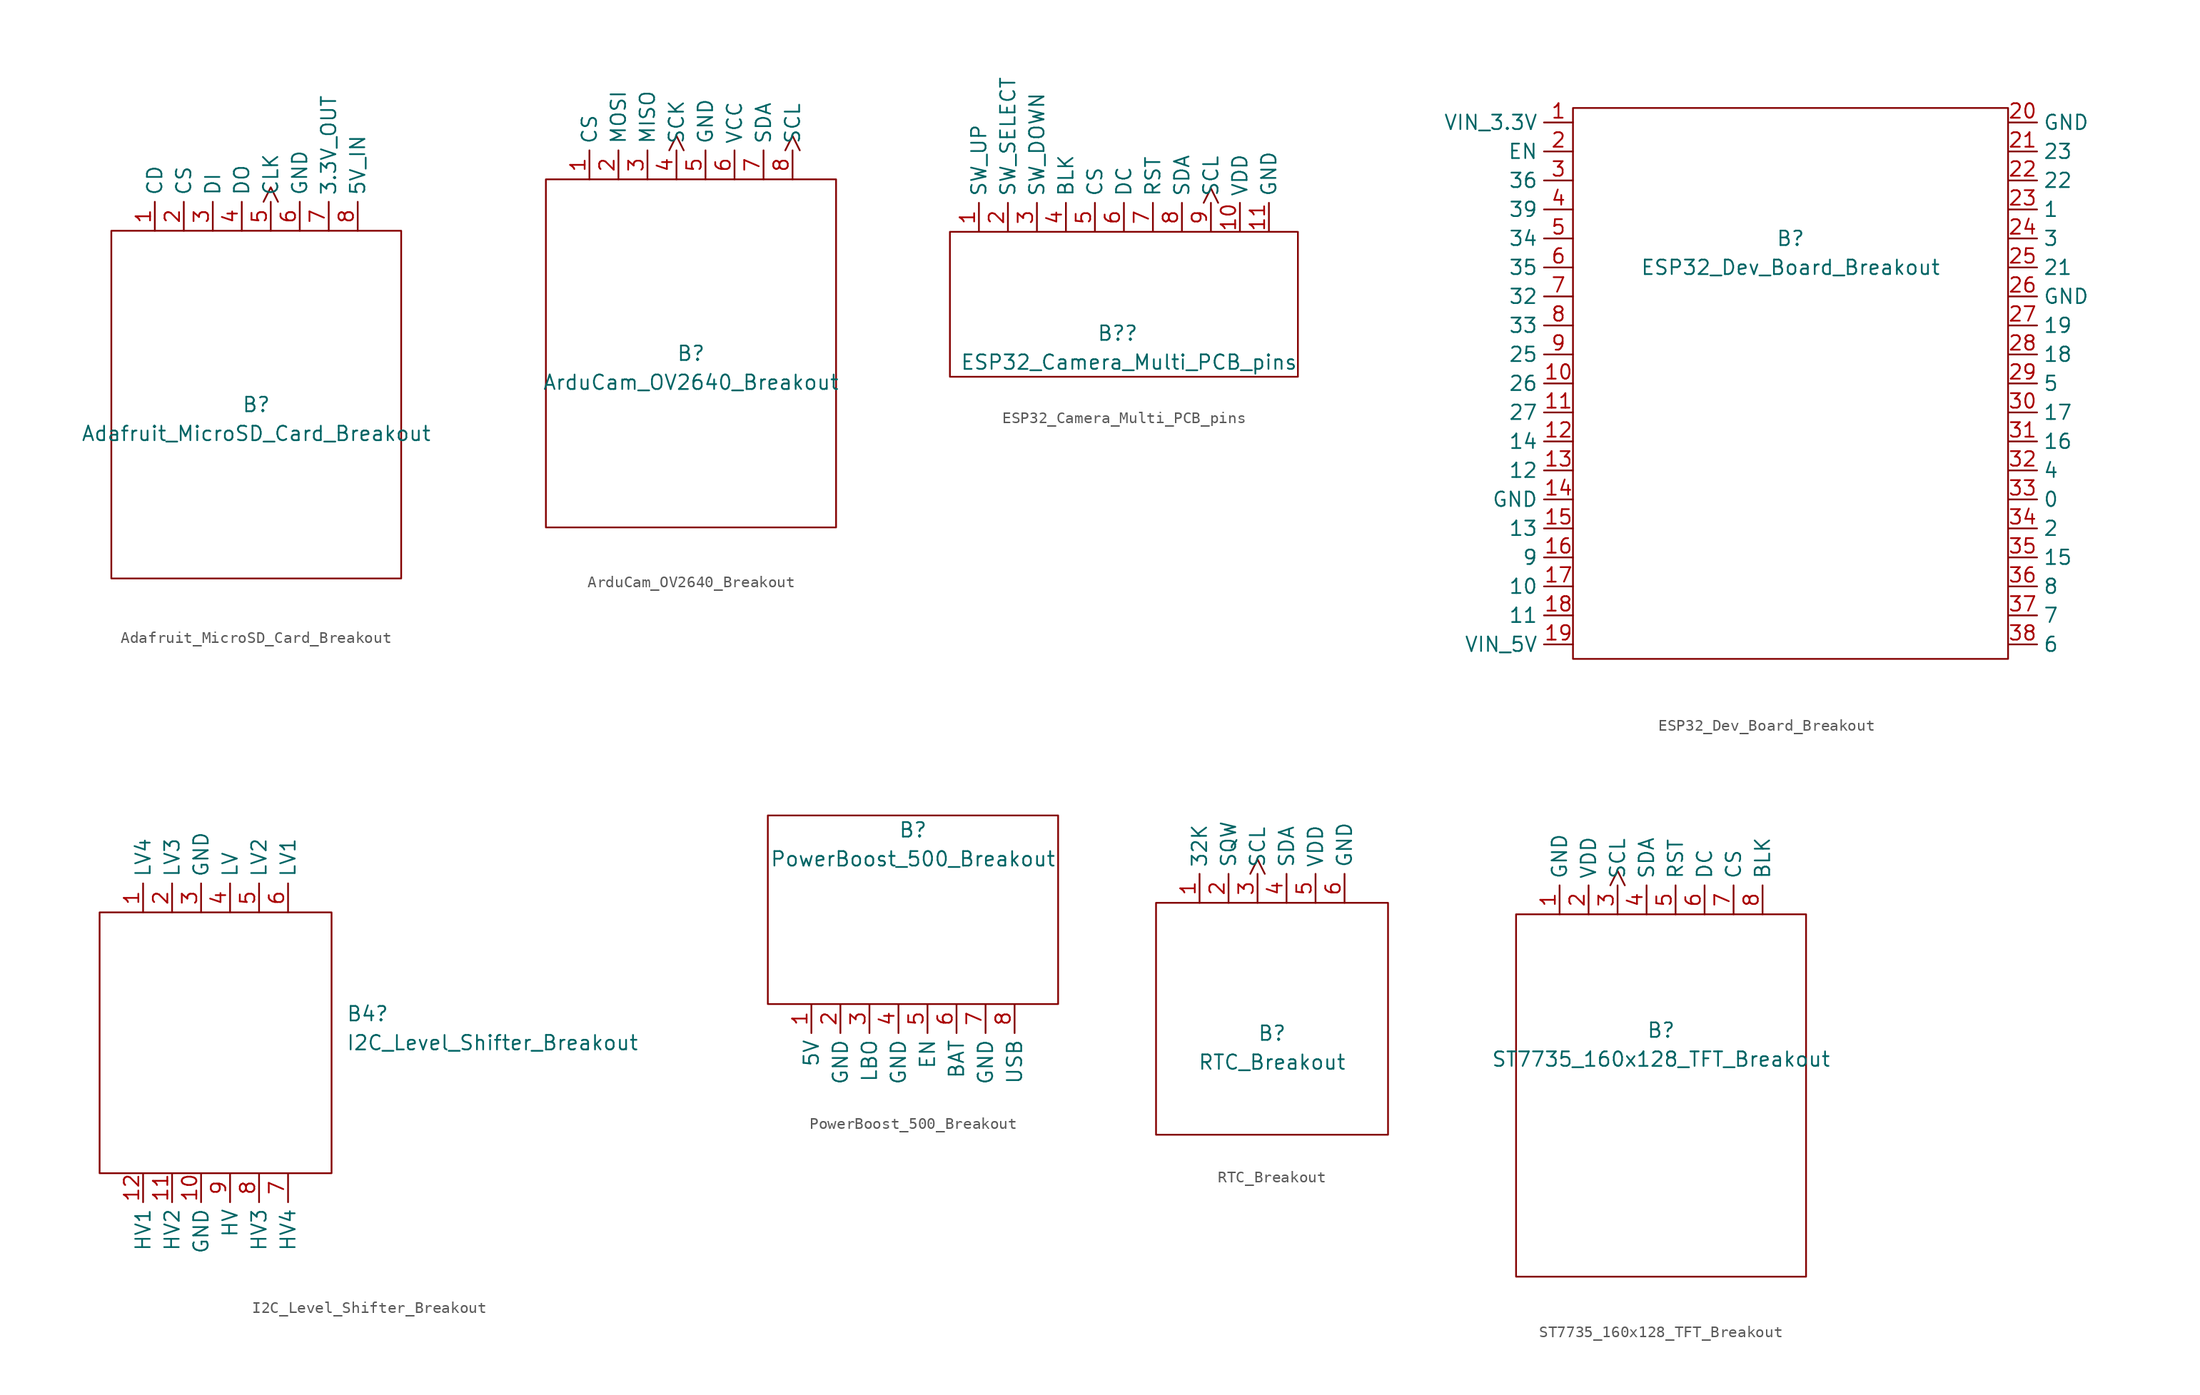
<source format=kicad_sym>
(kicad_symbol_lib
  (version 20211014)
  (generator kicad_symbol_editor)
  (symbol "Adafruit_MicroSD_Card_Breakout"
    (property "Reference" "B"
      (at 0 0 0)
      (effects (font (size 1.27 1.27))))
    (property "Value" "Adafruit_MicroSD_Card_Breakout"
      (at 0 -2.54 0)
      (effects (font (size 1.27 1.27))))
    (symbol "Adafruit_MicroSD_Card_Breakout_0_1"
      (rectangle (start -12.7 15.24) (end 12.7 -15.24) (stroke (width 0) (type default) (color 0 0 0 0)) (fill (type none))))
    (symbol "Adafruit_MicroSD_Card_Breakout_1_1"
      (pin input line (at -8.89 15.24 90) (length 2.54) (name "CD" (effects (font (size 1.27 1.27)))) (number "1" (effects (font (size 1.27 1.27)))))
      (pin input line (at -6.35 15.24 90) (length 2.54) (name "CS" (effects (font (size 1.27 1.27)))) (number "2" (effects (font (size 1.27 1.27)))))
      (pin tri_state line (at -3.81 15.24 90) (length 2.54) (name "DI" (effects (font (size 1.27 1.27)))) (number "3" (effects (font (size 1.27 1.27)))))
      (pin tri_state line (at -1.27 15.24 90) (length 2.54) (name "DO" (effects (font (size 1.27 1.27)))) (number "4" (effects (font (size 1.27 1.27)))))
      (pin input clock (at 1.27 15.24 90) (length 2.54) (name "CLK" (effects (font (size 1.27 1.27)))) (number "5" (effects (font (size 1.27 1.27)))))
      (pin power_in line (at 3.81 15.24 90) (length 2.54) (name "GND" (effects (font (size 1.27 1.27)))) (number "6" (effects (font (size 1.27 1.27)))))
      (pin power_out line (at 6.35 15.24 90) (length 2.54) (name "3.3V_OUT" (effects (font (size 1.27 1.27)))) (number "7" (effects (font (size 1.27 1.27)))))
      (pin power_in line (at 8.89 15.24 90) (length 2.54) (name "5V_IN" (effects (font (size 1.27 1.27)))) (number "8" (effects (font (size 1.27 1.27)))))))
  (symbol "ArduCam_OV2640_Breakout"
    (property "Reference" "B"
      (at 0 0 0)
      (effects (font (size 1.27 1.27))))
    (property "Value" "ArduCam_OV2640_Breakout"
      (at 0 -2.54 0)
      (effects (font (size 1.27 1.27))))
    (symbol "ArduCam_OV2640_Breakout_0_1"
      (rectangle (start -12.7 15.24) (end 12.7 -15.24) (stroke (width 0) (type default) (color 0 0 0 0)) (fill (type none))))
    (symbol "ArduCam_OV2640_Breakout_1_1"
      (pin input line (at -8.89 15.24 90) (length 2.54) (name "CS" (effects (font (size 1.27 1.27)))) (number "1" (effects (font (size 1.27 1.27)))))
      (pin input line (at -6.35 15.24 90) (length 2.54) (name "MOSI" (effects (font (size 1.27 1.27)))) (number "2" (effects (font (size 1.27 1.27)))))
      (pin output line (at -3.81 15.24 90) (length 2.54) (name "MISO" (effects (font (size 1.27 1.27)))) (number "3" (effects (font (size 1.27 1.27)))))
      (pin input clock (at -1.27 15.24 90) (length 2.54) (name "SCK" (effects (font (size 1.27 1.27)))) (number "4" (effects (font (size 1.27 1.27)))))
      (pin power_in line (at 1.27 15.24 90) (length 2.54) (name "GND" (effects (font (size 1.27 1.27)))) (number "5" (effects (font (size 1.27 1.27)))))
      (pin power_in line (at 3.81 15.24 90) (length 2.54) (name "VCC" (effects (font (size 1.27 1.27)))) (number "6" (effects (font (size 1.27 1.27)))))
      (pin bidirectional line (at 6.35 15.24 90) (length 2.54) (name "SDA" (effects (font (size 1.27 1.27)))) (number "7" (effects (font (size 1.27 1.27)))))
      (pin bidirectional clock (at 8.89 15.24 90) (length 2.54) (name "SCL" (effects (font (size 1.27 1.27)))) (number "8" (effects (font (size 1.27 1.27)))))))
  (symbol "ESP32_Camera_Multi_PCB_pins"
    (property "Reference" "B?"
      (at 1.27 -2.54 0)
      (effects (font (size 1.27 1.27)) (justify right)))
    (property "Value" "ESP32_Camera_Multi_PCB_pins"
      (at 15.24 -5.08 0)
      (effects (font (size 1.27 1.27)) (justify right)))
    (symbol "ESP32_Camera_Multi_PCB_pins_0_1"
      (rectangle (start -15.24 6.35) (end 15.24 -6.35) (stroke (width 0) (type default) (color 0 0 0 0)) (fill (type none))))
    (symbol "ESP32_Camera_Multi_PCB_pins_1_1"
      (pin bidirectional line (at -12.7 6.35 90) (length 2.54) (name "SW_UP" (effects (font (size 1.27 1.27)))) (number "1" (effects (font (size 1.27 1.27)))))
      (pin power_in line (at 10.16 6.35 90) (length 2.54) (name "VDD" (effects (font (size 1.27 1.27)))) (number "10" (effects (font (size 1.27 1.27)))))
      (pin power_in line (at 12.7 6.35 90) (length 2.54) (name "GND" (effects (font (size 1.27 1.27)))) (number "11" (effects (font (size 1.27 1.27)))))
      (pin bidirectional line (at -10.16 6.35 90) (length 2.54) (name "SW_SELECT" (effects (font (size 1.27 1.27)))) (number "2" (effects (font (size 1.27 1.27)))))
      (pin bidirectional line (at -7.62 6.35 90) (length 2.54) (name "SW_DOWN" (effects (font (size 1.27 1.27)))) (number "3" (effects (font (size 1.27 1.27)))))
      (pin input line (at -5.08 6.35 90) (length 2.54) (name "BLK" (effects (font (size 1.27 1.27)))) (number "4" (effects (font (size 1.27 1.27)))))
      (pin input line (at -2.54 6.35 90) (length 2.54) (name "CS" (effects (font (size 1.27 1.27)))) (number "5" (effects (font (size 1.27 1.27)))))
      (pin input line (at 0 6.35 90) (length 2.54) (name "DC" (effects (font (size 1.27 1.27)))) (number "6" (effects (font (size 1.27 1.27)))))
      (pin input line (at 2.54 6.35 90) (length 2.54) (name "RST" (effects (font (size 1.27 1.27)))) (number "7" (effects (font (size 1.27 1.27)))))
      (pin tri_state line (at 5.08 6.35 90) (length 2.54) (name "SDA" (effects (font (size 1.27 1.27)))) (number "8" (effects (font (size 1.27 1.27)))))
      (pin input clock (at 7.62 6.35 90) (length 2.54) (name "SCL" (effects (font (size 1.27 1.27)))) (number "9" (effects (font (size 1.27 1.27)))))))
  (symbol "ESP32_Dev_Board_Breakout"
    (property "Reference" "B"
      (at 0 12.7 0)
      (effects (font (size 1.27 1.27))))
    (property "Value" "ESP32_Dev_Board_Breakout"
      (at 0 10.16 0)
      (effects (font (size 1.27 1.27))))
    (symbol "ESP32_Dev_Board_Breakout_0_1"
      (rectangle (start -19.05 24.13) (end 19.05 -24.13) (stroke (width 0) (type default) (color 0 0 0 0)) (fill (type none)))
      (rectangle (start 19.05 0) (end 19.05 0) (stroke (width 0) (type default) (color 0 0 0 0)) (fill (type none))))
    (symbol "ESP32_Dev_Board_Breakout_1_1"
      (pin power_in line (at -19.05 22.86 180) (length 2.54) (name "VIN_3.3V" (effects (font (size 1.27 1.27)))) (number "1" (effects (font (size 1.27 1.27)))))
      (pin bidirectional line (at -19.05 0 180) (length 2.54) (name "26" (effects (font (size 1.27 1.27)))) (number "10" (effects (font (size 1.27 1.27)))))
      (pin bidirectional line (at -19.05 -2.54 180) (length 2.54) (name "27" (effects (font (size 1.27 1.27)))) (number "11" (effects (font (size 1.27 1.27)))))
      (pin bidirectional line (at -19.05 -5.08 180) (length 2.54) (name "14" (effects (font (size 1.27 1.27)))) (number "12" (effects (font (size 1.27 1.27)))))
      (pin bidirectional line (at -19.05 -7.62 180) (length 2.54) (name "12" (effects (font (size 1.27 1.27)))) (number "13" (effects (font (size 1.27 1.27)))))
      (pin power_in line (at -19.05 -10.16 180) (length 2.54) (name "GND" (effects (font (size 1.27 1.27)))) (number "14" (effects (font (size 1.27 1.27)))))
      (pin bidirectional line (at -19.05 -12.7 180) (length 2.54) (name "13" (effects (font (size 1.27 1.27)))) (number "15" (effects (font (size 1.27 1.27)))))
      (pin output line (at -19.05 -15.24 180) (length 2.54) (name "9" (effects (font (size 1.27 1.27)))) (number "16" (effects (font (size 1.27 1.27)))))
      (pin output line (at -19.05 -17.78 180) (length 2.54) (name "10" (effects (font (size 1.27 1.27)))) (number "17" (effects (font (size 1.27 1.27)))))
      (pin output line (at -19.05 -20.32 180) (length 2.54) (name "11" (effects (font (size 1.27 1.27)))) (number "18" (effects (font (size 1.27 1.27)))))
      (pin power_in line (at -19.05 -22.86 180) (length 2.54) (name "VIN_5V" (effects (font (size 1.27 1.27)))) (number "19" (effects (font (size 1.27 1.27)))))
      (pin bidirectional line (at -19.05 20.32 180) (length 2.54) (name "EN" (effects (font (size 1.27 1.27)))) (number "2" (effects (font (size 1.27 1.27)))))
      (pin power_in line (at 19.05 22.86 0) (length 2.54) (name "GND" (effects (font (size 1.27 1.27)))) (number "20" (effects (font (size 1.27 1.27)))))
      (pin bidirectional line (at 19.05 20.32 0) (length 2.54) (name "23" (effects (font (size 1.27 1.27)))) (number "21" (effects (font (size 1.27 1.27)))))
      (pin bidirectional line (at 19.05 17.78 0) (length 2.54) (name "22" (effects (font (size 1.27 1.27)))) (number "22" (effects (font (size 1.27 1.27)))))
      (pin bidirectional line (at 19.05 15.24 0) (length 2.54) (name "1" (effects (font (size 1.27 1.27)))) (number "23" (effects (font (size 1.27 1.27)))))
      (pin bidirectional line (at 19.05 12.7 0) (length 2.54) (name "3" (effects (font (size 1.27 1.27)))) (number "24" (effects (font (size 1.27 1.27)))))
      (pin bidirectional line (at 19.05 10.16 0) (length 2.54) (name "21" (effects (font (size 1.27 1.27)))) (number "25" (effects (font (size 1.27 1.27)))))
      (pin power_in line (at 19.05 7.62 0) (length 2.54) (name "GND" (effects (font (size 1.27 1.27)))) (number "26" (effects (font (size 1.27 1.27)))))
      (pin bidirectional line (at 19.05 5.08 0) (length 2.54) (name "19" (effects (font (size 1.27 1.27)))) (number "27" (effects (font (size 1.27 1.27)))))
      (pin bidirectional line (at 19.05 2.54 0) (length 2.54) (name "18" (effects (font (size 1.27 1.27)))) (number "28" (effects (font (size 1.27 1.27)))))
      (pin bidirectional line (at 19.05 0 0) (length 2.54) (name "5" (effects (font (size 1.27 1.27)))) (number "29" (effects (font (size 1.27 1.27)))))
      (pin bidirectional line (at -19.05 17.78 180) (length 2.54) (name "36" (effects (font (size 1.27 1.27)))) (number "3" (effects (font (size 1.27 1.27)))))
      (pin bidirectional line (at 19.05 -2.54 0) (length 2.54) (name "17" (effects (font (size 1.27 1.27)))) (number "30" (effects (font (size 1.27 1.27)))))
      (pin bidirectional line (at 19.05 -5.08 0) (length 2.54) (name "16" (effects (font (size 1.27 1.27)))) (number "31" (effects (font (size 1.27 1.27)))))
      (pin bidirectional line (at 19.05 -7.62 0) (length 2.54) (name "4" (effects (font (size 1.27 1.27)))) (number "32" (effects (font (size 1.27 1.27)))))
      (pin bidirectional line (at 19.05 -10.16 0) (length 2.54) (name "0" (effects (font (size 1.27 1.27)))) (number "33" (effects (font (size 1.27 1.27)))))
      (pin bidirectional line (at 19.05 -12.7 0) (length 2.54) (name "2" (effects (font (size 1.27 1.27)))) (number "34" (effects (font (size 1.27 1.27)))))
      (pin bidirectional line (at 19.05 -15.24 0) (length 2.54) (name "15" (effects (font (size 1.27 1.27)))) (number "35" (effects (font (size 1.27 1.27)))))
      (pin output line (at 19.05 -17.78 0) (length 2.54) (name "8" (effects (font (size 1.27 1.27)))) (number "36" (effects (font (size 1.27 1.27)))))
      (pin output line (at 19.05 -20.32 0) (length 2.54) (name "7" (effects (font (size 1.27 1.27)))) (number "37" (effects (font (size 1.27 1.27)))))
      (pin output line (at 19.05 -22.86 0) (length 2.54) (name "6" (effects (font (size 1.27 1.27)))) (number "38" (effects (font (size 1.27 1.27)))))
      (pin bidirectional line (at -19.05 15.24 180) (length 2.54) (name "39" (effects (font (size 1.27 1.27)))) (number "4" (effects (font (size 1.27 1.27)))))
      (pin bidirectional line (at -19.05 12.7 180) (length 2.54) (name "34" (effects (font (size 1.27 1.27)))) (number "5" (effects (font (size 1.27 1.27)))))
      (pin bidirectional line (at -19.05 10.16 180) (length 2.54) (name "35" (effects (font (size 1.27 1.27)))) (number "6" (effects (font (size 1.27 1.27)))))
      (pin bidirectional line (at -19.05 7.62 180) (length 2.54) (name "32" (effects (font (size 1.27 1.27)))) (number "7" (effects (font (size 1.27 1.27)))))
      (pin bidirectional line (at -19.05 5.08 180) (length 2.54) (name "33" (effects (font (size 1.27 1.27)))) (number "8" (effects (font (size 1.27 1.27)))))
      (pin bidirectional line (at -19.05 2.54 180) (length 2.54) (name "25" (effects (font (size 1.27 1.27)))) (number "9" (effects (font (size 1.27 1.27)))))))
  (symbol "I2C_Level_Shifter_Breakout"
    (property "Reference" "B4"
      (at 11.43 3.81 0)
      (effects (font (size 1.27 1.27)) (justify left)))
    (property "Value" "I2C_Level_Shifter_Breakout"
      (at 11.43 1.27 0)
      (effects (font (size 1.27 1.27)) (justify left)))
    (symbol "I2C_Level_Shifter_Breakout_0_1"
      (rectangle (start -10.16 12.7) (end 10.16 -10.16) (stroke (width 0) (type default) (color 0 0 0 0)) (fill (type none))))
    (symbol "I2C_Level_Shifter_Breakout_1_1"
      (pin bidirectional line (at -6.35 12.7 90) (length 2.54) (name "LV4" (effects (font (size 1.27 1.27)))) (number "1" (effects (font (size 1.27 1.27)))))
      (pin power_in line (at -1.27 -10.16 270) (length 2.54) (name "GND" (effects (font (size 1.27 1.27)))) (number "10" (effects (font (size 1.27 1.27)))))
      (pin bidirectional line (at -3.81 -10.16 270) (length 2.54) (name "HV2" (effects (font (size 1.27 1.27)))) (number "11" (effects (font (size 1.27 1.27)))))
      (pin bidirectional line (at -6.35 -10.16 270) (length 2.54) (name "HV1" (effects (font (size 1.27 1.27)))) (number "12" (effects (font (size 1.27 1.27)))))
      (pin bidirectional line (at -3.81 12.7 90) (length 2.54) (name "LV3" (effects (font (size 1.27 1.27)))) (number "2" (effects (font (size 1.27 1.27)))))
      (pin power_in line (at -1.27 12.7 90) (length 2.54) (name "GND" (effects (font (size 1.27 1.27)))) (number "3" (effects (font (size 1.27 1.27)))))
      (pin power_in line (at 1.27 12.7 90) (length 2.54) (name "LV" (effects (font (size 1.27 1.27)))) (number "4" (effects (font (size 1.27 1.27)))))
      (pin bidirectional line (at 3.81 12.7 90) (length 2.54) (name "LV2" (effects (font (size 1.27 1.27)))) (number "5" (effects (font (size 1.27 1.27)))))
      (pin bidirectional line (at 6.35 12.7 90) (length 2.54) (name "LV1" (effects (font (size 1.27 1.27)))) (number "6" (effects (font (size 1.27 1.27)))))
      (pin bidirectional line (at 6.35 -10.16 270) (length 2.54) (name "HV4" (effects (font (size 1.27 1.27)))) (number "7" (effects (font (size 1.27 1.27)))))
      (pin bidirectional line (at 3.81 -10.16 270) (length 2.54) (name "HV3" (effects (font (size 1.27 1.27)))) (number "8" (effects (font (size 1.27 1.27)))))
      (pin power_in line (at 1.27 -10.16 270) (length 2.54) (name "HV" (effects (font (size 1.27 1.27)))) (number "9" (effects (font (size 1.27 1.27)))))))
  (symbol "PowerBoost_500_Breakout"
    (property "Reference" "B"
      (at 0 7.62 0)
      (effects (font (size 1.27 1.27))))
    (property "Value" "PowerBoost_500_Breakout"
      (at 0 5.08 0)
      (effects (font (size 1.27 1.27))))
    (symbol "PowerBoost_500_Breakout_0_1"
      (rectangle (start -12.7 8.89) (end 12.7 -7.62) (stroke (width 0) (type default) (color 0 0 0 0)) (fill (type none))))
    (symbol "PowerBoost_500_Breakout_1_1"
      (pin power_out line (at -8.89 -7.62 270) (length 2.54) (name "5V" (effects (font (size 1.27 1.27)))) (number "1" (effects (font (size 1.27 1.27)))))
      (pin power_out line (at -6.35 -7.62 270) (length 2.54) (name "GND" (effects (font (size 1.27 1.27)))) (number "2" (effects (font (size 1.27 1.27)))))
      (pin output line (at -3.81 -7.62 270) (length 2.54) (name "LBO" (effects (font (size 1.27 1.27)))) (number "3" (effects (font (size 1.27 1.27)))))
      (pin power_out line (at -1.27 -7.62 270) (length 2.54) (name "GND" (effects (font (size 1.27 1.27)))) (number "4" (effects (font (size 1.27 1.27)))))
      (pin input line (at 1.27 -7.62 270) (length 2.54) (name "EN" (effects (font (size 1.27 1.27)))) (number "5" (effects (font (size 1.27 1.27)))))
      (pin power_out line (at 3.81 -7.62 270) (length 2.54) (name "BAT" (effects (font (size 1.27 1.27)))) (number "6" (effects (font (size 1.27 1.27)))))
      (pin power_out line (at 6.35 -7.62 270) (length 2.54) (name "GND" (effects (font (size 1.27 1.27)))) (number "7" (effects (font (size 1.27 1.27)))))
      (pin power_out line (at 8.89 -7.62 270) (length 2.54) (name "USB" (effects (font (size 1.27 1.27)))) (number "8" (effects (font (size 1.27 1.27)))))))
  (symbol "RTC_Breakout"
    (property "Reference" "B"
      (at 0 -1.27 0)
      (effects (font (size 1.27 1.27))))
    (property "Value" "RTC_Breakout"
      (at 0 -3.81 0)
      (effects (font (size 1.27 1.27))))
    (symbol "RTC_Breakout_0_1"
      (rectangle (start -10.16 10.16) (end 10.16 -10.16) (stroke (width 0) (type default) (color 0 0 0 0)) (fill (type none))))
    (symbol "RTC_Breakout_1_1"
      (pin output line (at -6.35 10.16 90) (length 2.54) (name "32K" (effects (font (size 1.27 1.27)))) (number "1" (effects (font (size 1.27 1.27)))))
      (pin output line (at -3.81 10.16 90) (length 2.54) (name "SQW" (effects (font (size 1.27 1.27)))) (number "2" (effects (font (size 1.27 1.27)))))
      (pin bidirectional clock (at -1.27 10.16 90) (length 2.54) (name "SCL" (effects (font (size 1.27 1.27)))) (number "3" (effects (font (size 1.27 1.27)))))
      (pin bidirectional line (at 1.27 10.16 90) (length 2.54) (name "SDA" (effects (font (size 1.27 1.27)))) (number "4" (effects (font (size 1.27 1.27)))))
      (pin power_in line (at 3.81 10.16 90) (length 2.54) (name "VDD" (effects (font (size 1.27 1.27)))) (number "5" (effects (font (size 1.27 1.27)))))
      (pin power_in line (at 6.35 10.16 90) (length 2.54) (name "GND" (effects (font (size 1.27 1.27)))) (number "6" (effects (font (size 1.27 1.27)))))))
  (symbol "ST7735_160x128_TFT_Breakout"
    (property "Reference" "B"
      (at 0 7.62 0)
      (effects (font (size 1.27 1.27))))
    (property "Value" "ST7735_160x128_TFT_Breakout"
      (at 0 5.08 0)
      (effects (font (size 1.27 1.27))))
    (symbol "ST7735_160x128_TFT_Breakout_0_1"
      (rectangle (start -12.7 17.78) (end 12.7 -13.97) (stroke (width 0) (type default) (color 0 0 0 0)) (fill (type none))))
    (symbol "ST7735_160x128_TFT_Breakout_1_1"
      (pin power_in line (at -8.89 17.78 90) (length 2.54) (name "GND" (effects (font (size 1.27 1.27)))) (number "1" (effects (font (size 1.27 1.27)))))
      (pin power_in line (at -6.35 17.78 90) (length 2.54) (name "VDD" (effects (font (size 1.27 1.27)))) (number "2" (effects (font (size 1.27 1.27)))))
      (pin input clock (at -3.81 17.78 90) (length 2.54) (name "SCL" (effects (font (size 1.27 1.27)))) (number "3" (effects (font (size 1.27 1.27)))))
      (pin tri_state line (at -1.27 17.78 90) (length 2.54) (name "SDA" (effects (font (size 1.27 1.27)))) (number "4" (effects (font (size 1.27 1.27)))))
      (pin input line (at 1.27 17.78 90) (length 2.54) (name "RST" (effects (font (size 1.27 1.27)))) (number "5" (effects (font (size 1.27 1.27)))))
      (pin input line (at 3.81 17.78 90) (length 2.54) (name "DC" (effects (font (size 1.27 1.27)))) (number "6" (effects (font (size 1.27 1.27)))))
      (pin input line (at 6.35 17.78 90) (length 2.54) (name "CS" (effects (font (size 1.27 1.27)))) (number "7" (effects (font (size 1.27 1.27)))))
      (pin input line (at 8.89 17.78 90) (length 2.54) (name "BLK" (effects (font (size 1.27 1.27)))) (number "8" (effects (font (size 1.27 1.27))))))))
</source>
